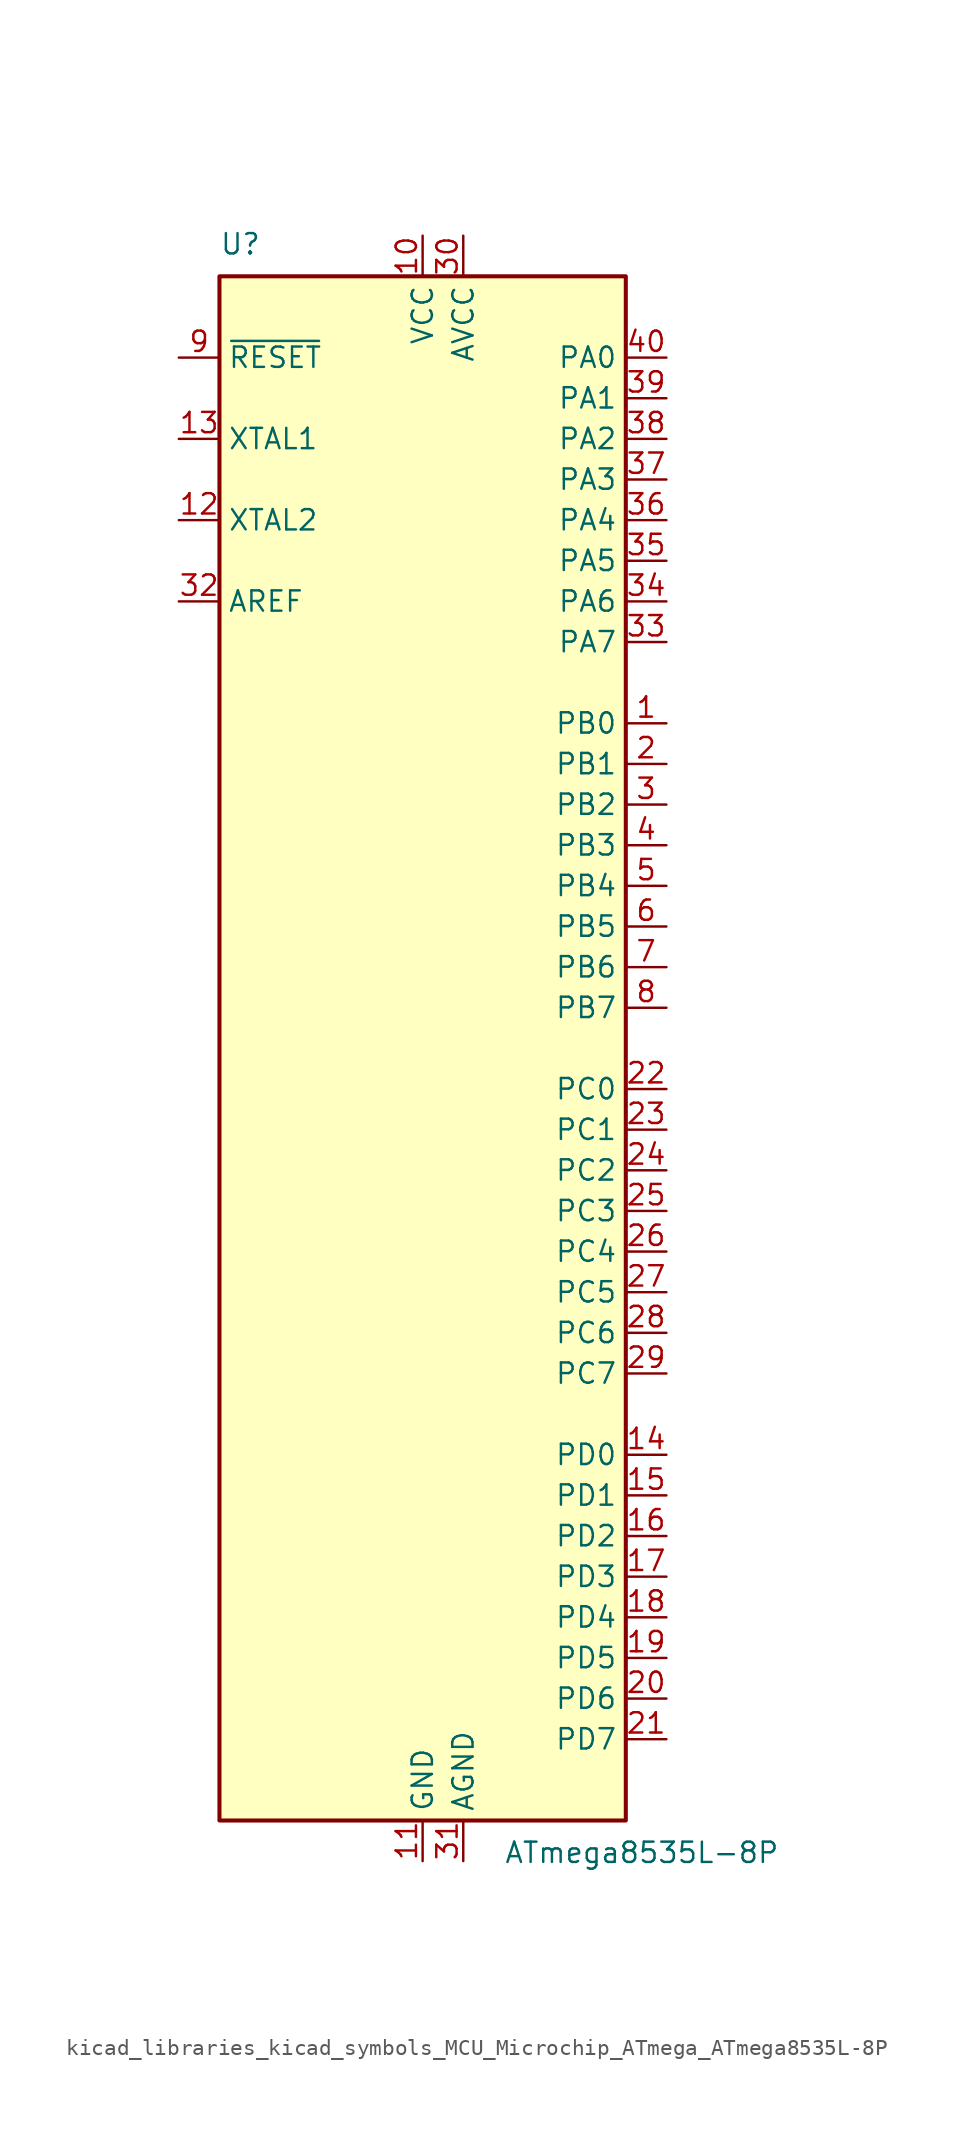
<source format=kicad_sym>
(kicad_symbol_lib
  (version 20220914)
  (generator kicad_symbol_editor)
  (symbol "kicad_libraries_kicad_symbols_MCU_Microchip_ATmega_ATmega8535L-8P"
    (property "Reference" "U"
      (at -12.7 49.53 0)
      (effects (font (size 1.27 1.27)) (justify left bottom)))
    (property "Value" "ATmega8535L-8P"
      (at 5.08 -49.53 0)
      (effects (font (size 1.27 1.27)) (justify left top)))
    (symbol "kicad_libraries_kicad_symbols_MCU_Microchip_ATmega_ATmega8535L-8P_0_1"
      (rectangle (start -12.7 -48.26) (end 12.7 48.26) (stroke (width 0.254) (type default)) (fill (type background))))
    (symbol "kicad_libraries_kicad_symbols_MCU_Microchip_ATmega_ATmega8535L-8P_1_1"
      (pin bidirectional line (at 15.24 20.32 180) (length 2.54) (name "PB0" (effects (font (size 1.27 1.27)))) (number "1" (effects (font (size 1.27 1.27)))))
      (pin power_in line (at 0 50.8 270) (length 2.54) (name "VCC" (effects (font (size 1.27 1.27)))) (number "10" (effects (font (size 1.27 1.27)))))
      (pin power_in line (at 0 -50.8 90) (length 2.54) (name "GND" (effects (font (size 1.27 1.27)))) (number "11" (effects (font (size 1.27 1.27)))))
      (pin output line (at -15.24 33.02 0) (length 2.54) (name "XTAL2" (effects (font (size 1.27 1.27)))) (number "12" (effects (font (size 1.27 1.27)))))
      (pin input line (at -15.24 38.1 0) (length 2.54) (name "XTAL1" (effects (font (size 1.27 1.27)))) (number "13" (effects (font (size 1.27 1.27)))))
      (pin bidirectional line (at 15.24 -25.4 180) (length 2.54) (name "PD0" (effects (font (size 1.27 1.27)))) (number "14" (effects (font (size 1.27 1.27)))))
      (pin bidirectional line (at 15.24 -27.94 180) (length 2.54) (name "PD1" (effects (font (size 1.27 1.27)))) (number "15" (effects (font (size 1.27 1.27)))))
      (pin bidirectional line (at 15.24 -30.48 180) (length 2.54) (name "PD2" (effects (font (size 1.27 1.27)))) (number "16" (effects (font (size 1.27 1.27)))))
      (pin bidirectional line (at 15.24 -33.02 180) (length 2.54) (name "PD3" (effects (font (size 1.27 1.27)))) (number "17" (effects (font (size 1.27 1.27)))))
      (pin bidirectional line (at 15.24 -35.56 180) (length 2.54) (name "PD4" (effects (font (size 1.27 1.27)))) (number "18" (effects (font (size 1.27 1.27)))))
      (pin bidirectional line (at 15.24 -38.1 180) (length 2.54) (name "PD5" (effects (font (size 1.27 1.27)))) (number "19" (effects (font (size 1.27 1.27)))))
      (pin bidirectional line (at 15.24 17.78 180) (length 2.54) (name "PB1" (effects (font (size 1.27 1.27)))) (number "2" (effects (font (size 1.27 1.27)))))
      (pin bidirectional line (at 15.24 -40.64 180) (length 2.54) (name "PD6" (effects (font (size 1.27 1.27)))) (number "20" (effects (font (size 1.27 1.27)))))
      (pin bidirectional line (at 15.24 -43.18 180) (length 2.54) (name "PD7" (effects (font (size 1.27 1.27)))) (number "21" (effects (font (size 1.27 1.27)))))
      (pin bidirectional line (at 15.24 -2.54 180) (length 2.54) (name "PC0" (effects (font (size 1.27 1.27)))) (number "22" (effects (font (size 1.27 1.27)))))
      (pin bidirectional line (at 15.24 -5.08 180) (length 2.54) (name "PC1" (effects (font (size 1.27 1.27)))) (number "23" (effects (font (size 1.27 1.27)))))
      (pin bidirectional line (at 15.24 -7.62 180) (length 2.54) (name "PC2" (effects (font (size 1.27 1.27)))) (number "24" (effects (font (size 1.27 1.27)))))
      (pin bidirectional line (at 15.24 -10.16 180) (length 2.54) (name "PC3" (effects (font (size 1.27 1.27)))) (number "25" (effects (font (size 1.27 1.27)))))
      (pin bidirectional line (at 15.24 -12.7 180) (length 2.54) (name "PC4" (effects (font (size 1.27 1.27)))) (number "26" (effects (font (size 1.27 1.27)))))
      (pin bidirectional line (at 15.24 -15.24 180) (length 2.54) (name "PC5" (effects (font (size 1.27 1.27)))) (number "27" (effects (font (size 1.27 1.27)))))
      (pin bidirectional line (at 15.24 -17.78 180) (length 2.54) (name "PC6" (effects (font (size 1.27 1.27)))) (number "28" (effects (font (size 1.27 1.27)))))
      (pin bidirectional line (at 15.24 -20.32 180) (length 2.54) (name "PC7" (effects (font (size 1.27 1.27)))) (number "29" (effects (font (size 1.27 1.27)))))
      (pin bidirectional line (at 15.24 15.24 180) (length 2.54) (name "PB2" (effects (font (size 1.27 1.27)))) (number "3" (effects (font (size 1.27 1.27)))))
      (pin power_in line (at 2.54 50.8 270) (length 2.54) (name "AVCC" (effects (font (size 1.27 1.27)))) (number "30" (effects (font (size 1.27 1.27)))))
      (pin power_in line (at 2.54 -50.8 90) (length 2.54) (name "AGND" (effects (font (size 1.27 1.27)))) (number "31" (effects (font (size 1.27 1.27)))))
      (pin passive line (at -15.24 27.94 0) (length 2.54) (name "AREF" (effects (font (size 1.27 1.27)))) (number "32" (effects (font (size 1.27 1.27)))))
      (pin bidirectional line (at 15.24 25.4 180) (length 2.54) (name "PA7" (effects (font (size 1.27 1.27)))) (number "33" (effects (font (size 1.27 1.27)))))
      (pin bidirectional line (at 15.24 27.94 180) (length 2.54) (name "PA6" (effects (font (size 1.27 1.27)))) (number "34" (effects (font (size 1.27 1.27)))))
      (pin bidirectional line (at 15.24 30.48 180) (length 2.54) (name "PA5" (effects (font (size 1.27 1.27)))) (number "35" (effects (font (size 1.27 1.27)))))
      (pin bidirectional line (at 15.24 33.02 180) (length 2.54) (name "PA4" (effects (font (size 1.27 1.27)))) (number "36" (effects (font (size 1.27 1.27)))))
      (pin bidirectional line (at 15.24 35.56 180) (length 2.54) (name "PA3" (effects (font (size 1.27 1.27)))) (number "37" (effects (font (size 1.27 1.27)))))
      (pin bidirectional line (at 15.24 38.1 180) (length 2.54) (name "PA2" (effects (font (size 1.27 1.27)))) (number "38" (effects (font (size 1.27 1.27)))))
      (pin bidirectional line (at 15.24 40.64 180) (length 2.54) (name "PA1" (effects (font (size 1.27 1.27)))) (number "39" (effects (font (size 1.27 1.27)))))
      (pin bidirectional line (at 15.24 12.7 180) (length 2.54) (name "PB3" (effects (font (size 1.27 1.27)))) (number "4" (effects (font (size 1.27 1.27)))))
      (pin bidirectional line (at 15.24 43.18 180) (length 2.54) (name "PA0" (effects (font (size 1.27 1.27)))) (number "40" (effects (font (size 1.27 1.27)))))
      (pin bidirectional line (at 15.24 10.16 180) (length 2.54) (name "PB4" (effects (font (size 1.27 1.27)))) (number "5" (effects (font (size 1.27 1.27)))))
      (pin bidirectional line (at 15.24 7.62 180) (length 2.54) (name "PB5" (effects (font (size 1.27 1.27)))) (number "6" (effects (font (size 1.27 1.27)))))
      (pin bidirectional line (at 15.24 5.08 180) (length 2.54) (name "PB6" (effects (font (size 1.27 1.27)))) (number "7" (effects (font (size 1.27 1.27)))))
      (pin bidirectional line (at 15.24 2.54 180) (length 2.54) (name "PB7" (effects (font (size 1.27 1.27)))) (number "8" (effects (font (size 1.27 1.27)))))
      (pin input line (at -15.24 43.18 0) (length 2.54) (name "~{RESET}" (effects (font (size 1.27 1.27)))) (number "9" (effects (font (size 1.27 1.27))))))))
</source>
